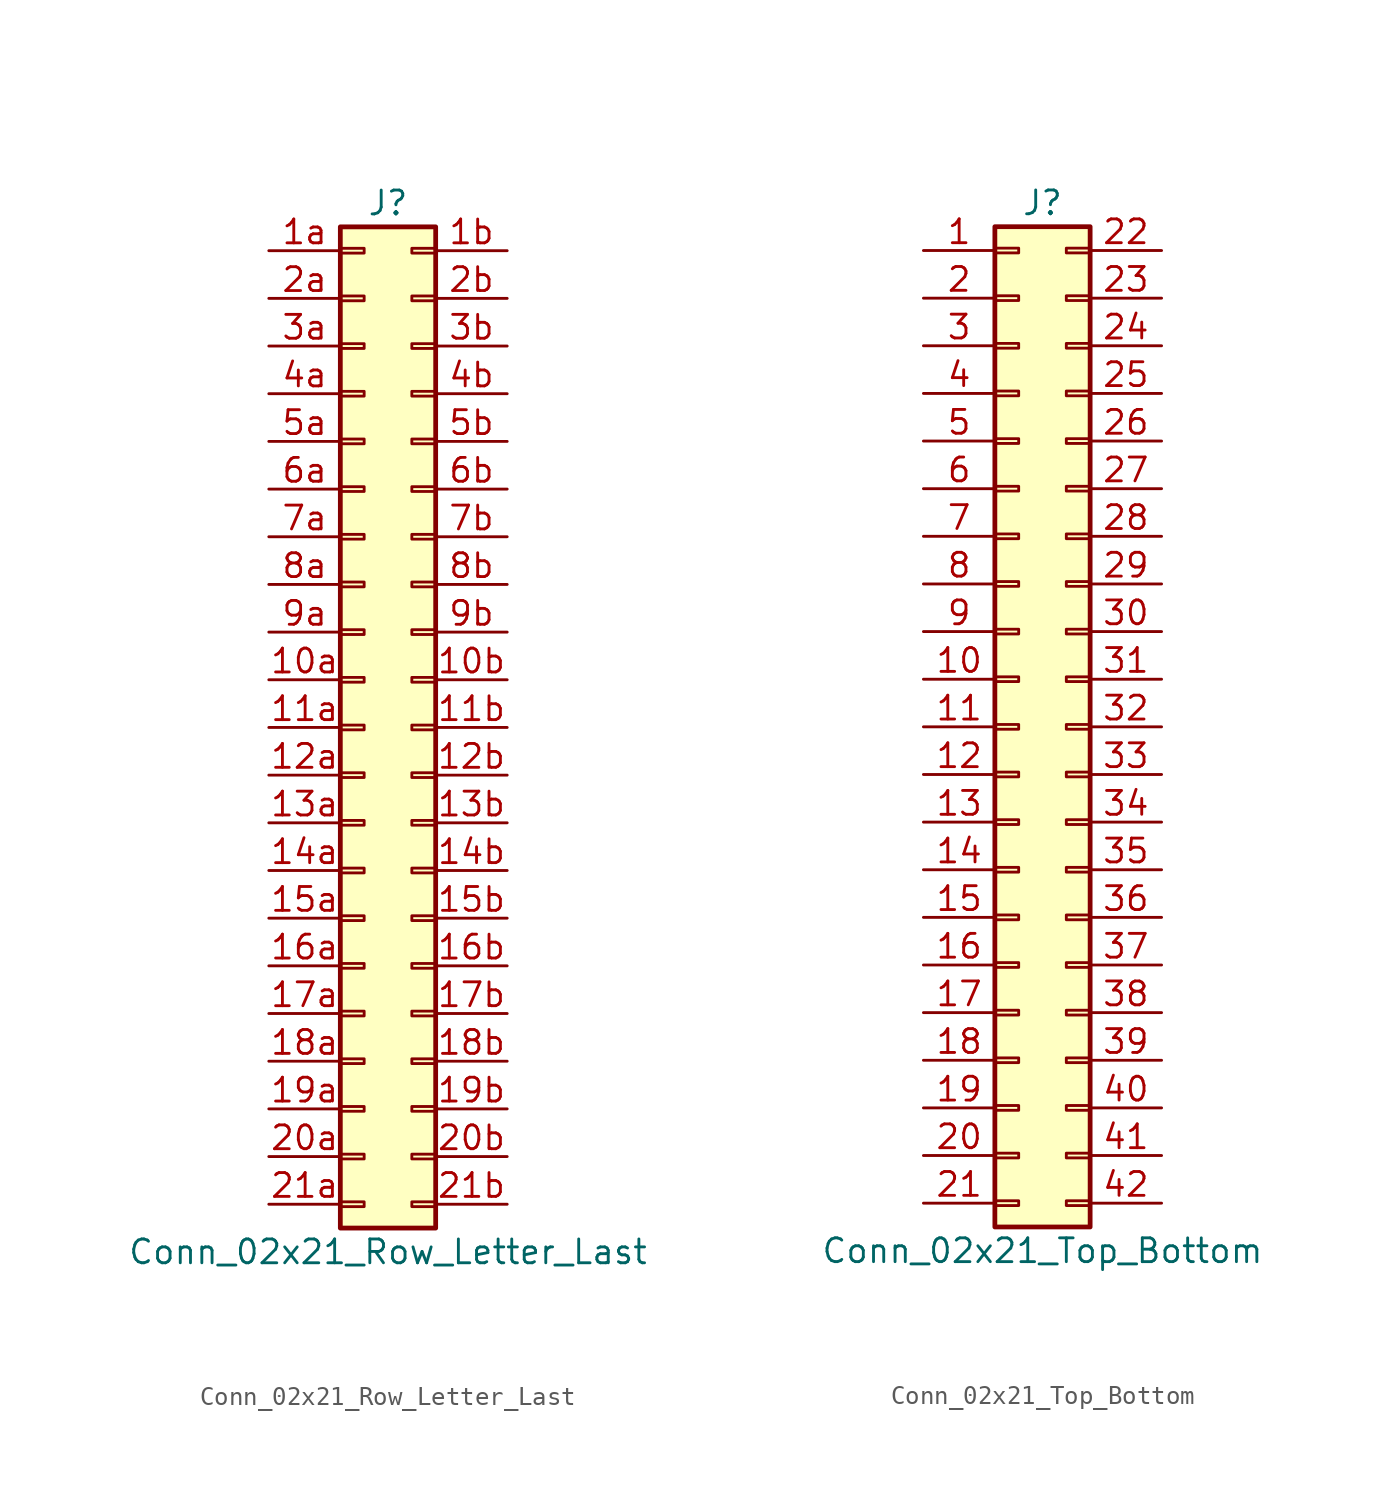
<source format=kicad_sym>
(kicad_symbol_lib
  (version 20201005)
  (generator kicad_symbol_editor)
  (symbol "Connector_Generic:Conn_02x21_Row_Letter_Last"
    (pin_names
      (offset 1.016) hide)
    (property "Reference" "J"
      (at 1.27 27.94 0)
      (effects (font (size 1.27 1.27))))
    (property "Value" "Conn_02x21_Row_Letter_Last"
      (at 1.27 -27.94 0)
      (effects (font (size 1.27 1.27))))
    (symbol "Conn_02x21_Row_Letter_Last_1_1"
      (rectangle (start -1.27 -4.953) (end 0 -5.207) (stroke (width 0.152)) (fill (type none)))
      (rectangle (start -1.27 -7.493) (end 0 -7.747) (stroke (width 0.152)) (fill (type none)))
      (rectangle (start -1.27 -10.033) (end 0 -10.287) (stroke (width 0.152)) (fill (type none)))
      (rectangle (start -1.27 -12.573) (end 0 -12.827) (stroke (width 0.152)) (fill (type none)))
      (rectangle (start -1.27 -15.113) (end 0 -15.367) (stroke (width 0.152)) (fill (type none)))
      (rectangle (start -1.27 -17.653) (end 0 -17.907) (stroke (width 0.152)) (fill (type none)))
      (rectangle (start -1.27 -20.193) (end 0 -20.447) (stroke (width 0.152)) (fill (type none)))
      (rectangle (start -1.27 -22.733) (end 0 -22.987) (stroke (width 0.152)) (fill (type none)))
      (rectangle (start -1.27 -2.413) (end 0 -2.667) (stroke (width 0.152)) (fill (type none)))
      (rectangle (start -1.27 -25.273) (end 0 -25.527) (stroke (width 0.152)) (fill (type none)))
      (rectangle (start -1.27 25.527) (end 0 25.273) (stroke (width 0.152)) (fill (type none)))
      (rectangle (start -1.27 2.667) (end 0 2.413) (stroke (width 0.152)) (fill (type none)))
      (rectangle (start -1.27 26.67) (end 3.81 -26.67) (stroke (width 0.254)) (fill (type background)))
      (rectangle (start -1.27 5.207) (end 0 4.953) (stroke (width 0.152)) (fill (type none)))
      (rectangle (start -1.27 7.747) (end 0 7.493) (stroke (width 0.152)) (fill (type none)))
      (rectangle (start -1.27 10.287) (end 0 10.033) (stroke (width 0.152)) (fill (type none)))
      (rectangle (start -1.27 0.127) (end 0 -0.127) (stroke (width 0.152)) (fill (type none)))
      (rectangle (start -1.27 12.827) (end 0 12.573) (stroke (width 0.152)) (fill (type none)))
      (rectangle (start -1.27 15.367) (end 0 15.113) (stroke (width 0.152)) (fill (type none)))
      (rectangle (start -1.27 17.907) (end 0 17.653) (stroke (width 0.152)) (fill (type none)))
      (rectangle (start -1.27 20.447) (end 0 20.193) (stroke (width 0.152)) (fill (type none)))
      (rectangle (start -1.27 22.987) (end 0 22.733) (stroke (width 0.152)) (fill (type none)))
      (rectangle (start 3.81 -4.953) (end 2.54 -5.207) (stroke (width 0.152)) (fill (type none)))
      (rectangle (start 3.81 -7.493) (end 2.54 -7.747) (stroke (width 0.152)) (fill (type none)))
      (rectangle (start 3.81 -10.033) (end 2.54 -10.287) (stroke (width 0.152)) (fill (type none)))
      (rectangle (start 3.81 -12.573) (end 2.54 -12.827) (stroke (width 0.152)) (fill (type none)))
      (rectangle (start 3.81 -15.113) (end 2.54 -15.367) (stroke (width 0.152)) (fill (type none)))
      (rectangle (start 3.81 -17.653) (end 2.54 -17.907) (stroke (width 0.152)) (fill (type none)))
      (rectangle (start 3.81 -20.193) (end 2.54 -20.447) (stroke (width 0.152)) (fill (type none)))
      (rectangle (start 3.81 -22.733) (end 2.54 -22.987) (stroke (width 0.152)) (fill (type none)))
      (rectangle (start 3.81 -2.413) (end 2.54 -2.667) (stroke (width 0.152)) (fill (type none)))
      (rectangle (start 3.81 -25.273) (end 2.54 -25.527) (stroke (width 0.152)) (fill (type none)))
      (rectangle (start 3.81 25.527) (end 2.54 25.273) (stroke (width 0.152)) (fill (type none)))
      (rectangle (start 3.81 2.667) (end 2.54 2.413) (stroke (width 0.152)) (fill (type none)))
      (rectangle (start 3.81 5.207) (end 2.54 4.953) (stroke (width 0.152)) (fill (type none)))
      (rectangle (start 3.81 7.747) (end 2.54 7.493) (stroke (width 0.152)) (fill (type none)))
      (rectangle (start 3.81 10.287) (end 2.54 10.033) (stroke (width 0.152)) (fill (type none)))
      (rectangle (start 3.81 0.127) (end 2.54 -0.127) (stroke (width 0.152)) (fill (type none)))
      (rectangle (start 3.81 12.827) (end 2.54 12.573) (stroke (width 0.152)) (fill (type none)))
      (rectangle (start 3.81 15.367) (end 2.54 15.113) (stroke (width 0.152)) (fill (type none)))
      (rectangle (start 3.81 17.907) (end 2.54 17.653) (stroke (width 0.152)) (fill (type none)))
      (rectangle (start 3.81 20.447) (end 2.54 20.193) (stroke (width 0.152)) (fill (type none)))
      (rectangle (start 3.81 22.987) (end 2.54 22.733) (stroke (width 0.152)) (fill (type none)))
      (pin passive line (at -5.08 2.54 0) (length 3.81) (name "Pin_10a" (effects (font (size 1.27 1.27)))) (number "10a" (effects (font (size 1.27 1.27)))))
      (pin passive line (at 7.62 2.54 180) (length 3.81) (name "Pin_10b" (effects (font (size 1.27 1.27)))) (number "10b" (effects (font (size 1.27 1.27)))))
      (pin passive line (at -5.08 0 0) (length 3.81) (name "Pin_11a" (effects (font (size 1.27 1.27)))) (number "11a" (effects (font (size 1.27 1.27)))))
      (pin passive line (at 7.62 0 180) (length 3.81) (name "Pin_11b" (effects (font (size 1.27 1.27)))) (number "11b" (effects (font (size 1.27 1.27)))))
      (pin passive line (at -5.08 -2.54 0) (length 3.81) (name "Pin_12a" (effects (font (size 1.27 1.27)))) (number "12a" (effects (font (size 1.27 1.27)))))
      (pin passive line (at 7.62 -2.54 180) (length 3.81) (name "Pin_12b" (effects (font (size 1.27 1.27)))) (number "12b" (effects (font (size 1.27 1.27)))))
      (pin passive line (at -5.08 -5.08 0) (length 3.81) (name "Pin_13a" (effects (font (size 1.27 1.27)))) (number "13a" (effects (font (size 1.27 1.27)))))
      (pin passive line (at 7.62 -5.08 180) (length 3.81) (name "Pin_13b" (effects (font (size 1.27 1.27)))) (number "13b" (effects (font (size 1.27 1.27)))))
      (pin passive line (at -5.08 -7.62 0) (length 3.81) (name "Pin_14a" (effects (font (size 1.27 1.27)))) (number "14a" (effects (font (size 1.27 1.27)))))
      (pin passive line (at 7.62 -7.62 180) (length 3.81) (name "Pin_14b" (effects (font (size 1.27 1.27)))) (number "14b" (effects (font (size 1.27 1.27)))))
      (pin passive line (at -5.08 -10.16 0) (length 3.81) (name "Pin_15a" (effects (font (size 1.27 1.27)))) (number "15a" (effects (font (size 1.27 1.27)))))
      (pin passive line (at 7.62 -10.16 180) (length 3.81) (name "Pin_15b" (effects (font (size 1.27 1.27)))) (number "15b" (effects (font (size 1.27 1.27)))))
      (pin passive line (at -5.08 -12.7 0) (length 3.81) (name "Pin_16a" (effects (font (size 1.27 1.27)))) (number "16a" (effects (font (size 1.27 1.27)))))
      (pin passive line (at 7.62 -12.7 180) (length 3.81) (name "Pin_16b" (effects (font (size 1.27 1.27)))) (number "16b" (effects (font (size 1.27 1.27)))))
      (pin passive line (at -5.08 -15.24 0) (length 3.81) (name "Pin_17a" (effects (font (size 1.27 1.27)))) (number "17a" (effects (font (size 1.27 1.27)))))
      (pin passive line (at 7.62 -15.24 180) (length 3.81) (name "Pin_17b" (effects (font (size 1.27 1.27)))) (number "17b" (effects (font (size 1.27 1.27)))))
      (pin passive line (at -5.08 -17.78 0) (length 3.81) (name "Pin_18a" (effects (font (size 1.27 1.27)))) (number "18a" (effects (font (size 1.27 1.27)))))
      (pin passive line (at 7.62 -17.78 180) (length 3.81) (name "Pin_18b" (effects (font (size 1.27 1.27)))) (number "18b" (effects (font (size 1.27 1.27)))))
      (pin passive line (at -5.08 -20.32 0) (length 3.81) (name "Pin_19a" (effects (font (size 1.27 1.27)))) (number "19a" (effects (font (size 1.27 1.27)))))
      (pin passive line (at 7.62 -20.32 180) (length 3.81) (name "Pin_19b" (effects (font (size 1.27 1.27)))) (number "19b" (effects (font (size 1.27 1.27)))))
      (pin passive line (at -5.08 25.4 0) (length 3.81) (name "Pin_1a" (effects (font (size 1.27 1.27)))) (number "1a" (effects (font (size 1.27 1.27)))))
      (pin passive line (at 7.62 25.4 180) (length 3.81) (name "Pin_1b" (effects (font (size 1.27 1.27)))) (number "1b" (effects (font (size 1.27 1.27)))))
      (pin passive line (at -5.08 -22.86 0) (length 3.81) (name "Pin_20a" (effects (font (size 1.27 1.27)))) (number "20a" (effects (font (size 1.27 1.27)))))
      (pin passive line (at 7.62 -22.86 180) (length 3.81) (name "Pin_20b" (effects (font (size 1.27 1.27)))) (number "20b" (effects (font (size 1.27 1.27)))))
      (pin passive line (at -5.08 -25.4 0) (length 3.81) (name "Pin_21a" (effects (font (size 1.27 1.27)))) (number "21a" (effects (font (size 1.27 1.27)))))
      (pin passive line (at 7.62 -25.4 180) (length 3.81) (name "Pin_21b" (effects (font (size 1.27 1.27)))) (number "21b" (effects (font (size 1.27 1.27)))))
      (pin passive line (at -5.08 22.86 0) (length 3.81) (name "Pin_2a" (effects (font (size 1.27 1.27)))) (number "2a" (effects (font (size 1.27 1.27)))))
      (pin passive line (at 7.62 22.86 180) (length 3.81) (name "Pin_2b" (effects (font (size 1.27 1.27)))) (number "2b" (effects (font (size 1.27 1.27)))))
      (pin passive line (at -5.08 20.32 0) (length 3.81) (name "Pin_3a" (effects (font (size 1.27 1.27)))) (number "3a" (effects (font (size 1.27 1.27)))))
      (pin passive line (at 7.62 20.32 180) (length 3.81) (name "Pin_3b" (effects (font (size 1.27 1.27)))) (number "3b" (effects (font (size 1.27 1.27)))))
      (pin passive line (at -5.08 17.78 0) (length 3.81) (name "Pin_4a" (effects (font (size 1.27 1.27)))) (number "4a" (effects (font (size 1.27 1.27)))))
      (pin passive line (at 7.62 17.78 180) (length 3.81) (name "Pin_4b" (effects (font (size 1.27 1.27)))) (number "4b" (effects (font (size 1.27 1.27)))))
      (pin passive line (at -5.08 15.24 0) (length 3.81) (name "Pin_5a" (effects (font (size 1.27 1.27)))) (number "5a" (effects (font (size 1.27 1.27)))))
      (pin passive line (at 7.62 15.24 180) (length 3.81) (name "Pin_5b" (effects (font (size 1.27 1.27)))) (number "5b" (effects (font (size 1.27 1.27)))))
      (pin passive line (at -5.08 12.7 0) (length 3.81) (name "Pin_6a" (effects (font (size 1.27 1.27)))) (number "6a" (effects (font (size 1.27 1.27)))))
      (pin passive line (at 7.62 12.7 180) (length 3.81) (name "Pin_6b" (effects (font (size 1.27 1.27)))) (number "6b" (effects (font (size 1.27 1.27)))))
      (pin passive line (at -5.08 10.16 0) (length 3.81) (name "Pin_7a" (effects (font (size 1.27 1.27)))) (number "7a" (effects (font (size 1.27 1.27)))))
      (pin passive line (at 7.62 10.16 180) (length 3.81) (name "Pin_7b" (effects (font (size 1.27 1.27)))) (number "7b" (effects (font (size 1.27 1.27)))))
      (pin passive line (at -5.08 7.62 0) (length 3.81) (name "Pin_8a" (effects (font (size 1.27 1.27)))) (number "8a" (effects (font (size 1.27 1.27)))))
      (pin passive line (at 7.62 7.62 180) (length 3.81) (name "Pin_8b" (effects (font (size 1.27 1.27)))) (number "8b" (effects (font (size 1.27 1.27)))))
      (pin passive line (at -5.08 5.08 0) (length 3.81) (name "Pin_9a" (effects (font (size 1.27 1.27)))) (number "9a" (effects (font (size 1.27 1.27)))))
      (pin passive line (at 7.62 5.08 180) (length 3.81) (name "Pin_9b" (effects (font (size 1.27 1.27)))) (number "9b" (effects (font (size 1.27 1.27)))))))
  (symbol "Connector_Generic:Conn_02x21_Top_Bottom"
    (pin_names
      (offset 1.016) hide)
    (property "Reference" "J"
      (at 1.27 27.94 0)
      (effects (font (size 1.27 1.27))))
    (property "Value" "Conn_02x21_Top_Bottom"
      (at 1.27 -27.94 0)
      (effects (font (size 1.27 1.27))))
    (symbol "Conn_02x21_Top_Bottom_1_1"
      (rectangle (start -1.27 -4.953) (end 0 -5.207) (stroke (width 0.152)) (fill (type none)))
      (rectangle (start -1.27 -7.493) (end 0 -7.747) (stroke (width 0.152)) (fill (type none)))
      (rectangle (start -1.27 -10.033) (end 0 -10.287) (stroke (width 0.152)) (fill (type none)))
      (rectangle (start -1.27 -12.573) (end 0 -12.827) (stroke (width 0.152)) (fill (type none)))
      (rectangle (start -1.27 -15.113) (end 0 -15.367) (stroke (width 0.152)) (fill (type none)))
      (rectangle (start -1.27 -17.653) (end 0 -17.907) (stroke (width 0.152)) (fill (type none)))
      (rectangle (start -1.27 -20.193) (end 0 -20.447) (stroke (width 0.152)) (fill (type none)))
      (rectangle (start -1.27 -22.733) (end 0 -22.987) (stroke (width 0.152)) (fill (type none)))
      (rectangle (start -1.27 -2.413) (end 0 -2.667) (stroke (width 0.152)) (fill (type none)))
      (rectangle (start -1.27 -25.273) (end 0 -25.527) (stroke (width 0.152)) (fill (type none)))
      (rectangle (start -1.27 25.527) (end 0 25.273) (stroke (width 0.152)) (fill (type none)))
      (rectangle (start -1.27 2.667) (end 0 2.413) (stroke (width 0.152)) (fill (type none)))
      (rectangle (start -1.27 26.67) (end 3.81 -26.67) (stroke (width 0.254)) (fill (type background)))
      (rectangle (start -1.27 5.207) (end 0 4.953) (stroke (width 0.152)) (fill (type none)))
      (rectangle (start -1.27 7.747) (end 0 7.493) (stroke (width 0.152)) (fill (type none)))
      (rectangle (start -1.27 10.287) (end 0 10.033) (stroke (width 0.152)) (fill (type none)))
      (rectangle (start -1.27 0.127) (end 0 -0.127) (stroke (width 0.152)) (fill (type none)))
      (rectangle (start -1.27 12.827) (end 0 12.573) (stroke (width 0.152)) (fill (type none)))
      (rectangle (start -1.27 15.367) (end 0 15.113) (stroke (width 0.152)) (fill (type none)))
      (rectangle (start -1.27 17.907) (end 0 17.653) (stroke (width 0.152)) (fill (type none)))
      (rectangle (start -1.27 20.447) (end 0 20.193) (stroke (width 0.152)) (fill (type none)))
      (rectangle (start -1.27 22.987) (end 0 22.733) (stroke (width 0.152)) (fill (type none)))
      (rectangle (start 3.81 -4.953) (end 2.54 -5.207) (stroke (width 0.152)) (fill (type none)))
      (rectangle (start 3.81 -7.493) (end 2.54 -7.747) (stroke (width 0.152)) (fill (type none)))
      (rectangle (start 3.81 -10.033) (end 2.54 -10.287) (stroke (width 0.152)) (fill (type none)))
      (rectangle (start 3.81 -12.573) (end 2.54 -12.827) (stroke (width 0.152)) (fill (type none)))
      (rectangle (start 3.81 -15.113) (end 2.54 -15.367) (stroke (width 0.152)) (fill (type none)))
      (rectangle (start 3.81 -17.653) (end 2.54 -17.907) (stroke (width 0.152)) (fill (type none)))
      (rectangle (start 3.81 -20.193) (end 2.54 -20.447) (stroke (width 0.152)) (fill (type none)))
      (rectangle (start 3.81 -22.733) (end 2.54 -22.987) (stroke (width 0.152)) (fill (type none)))
      (rectangle (start 3.81 -2.413) (end 2.54 -2.667) (stroke (width 0.152)) (fill (type none)))
      (rectangle (start 3.81 -25.273) (end 2.54 -25.527) (stroke (width 0.152)) (fill (type none)))
      (rectangle (start 3.81 25.527) (end 2.54 25.273) (stroke (width 0.152)) (fill (type none)))
      (rectangle (start 3.81 2.667) (end 2.54 2.413) (stroke (width 0.152)) (fill (type none)))
      (rectangle (start 3.81 5.207) (end 2.54 4.953) (stroke (width 0.152)) (fill (type none)))
      (rectangle (start 3.81 7.747) (end 2.54 7.493) (stroke (width 0.152)) (fill (type none)))
      (rectangle (start 3.81 10.287) (end 2.54 10.033) (stroke (width 0.152)) (fill (type none)))
      (rectangle (start 3.81 0.127) (end 2.54 -0.127) (stroke (width 0.152)) (fill (type none)))
      (rectangle (start 3.81 12.827) (end 2.54 12.573) (stroke (width 0.152)) (fill (type none)))
      (rectangle (start 3.81 15.367) (end 2.54 15.113) (stroke (width 0.152)) (fill (type none)))
      (rectangle (start 3.81 17.907) (end 2.54 17.653) (stroke (width 0.152)) (fill (type none)))
      (rectangle (start 3.81 20.447) (end 2.54 20.193) (stroke (width 0.152)) (fill (type none)))
      (rectangle (start 3.81 22.987) (end 2.54 22.733) (stroke (width 0.152)) (fill (type none)))
      (pin passive line (at -5.08 25.4 0) (length 3.81) (name "Pin_1" (effects (font (size 1.27 1.27)))) (number "1" (effects (font (size 1.27 1.27)))))
      (pin passive line (at -5.08 2.54 0) (length 3.81) (name "Pin_10" (effects (font (size 1.27 1.27)))) (number "10" (effects (font (size 1.27 1.27)))))
      (pin passive line (at -5.08 0 0) (length 3.81) (name "Pin_11" (effects (font (size 1.27 1.27)))) (number "11" (effects (font (size 1.27 1.27)))))
      (pin passive line (at -5.08 -2.54 0) (length 3.81) (name "Pin_12" (effects (font (size 1.27 1.27)))) (number "12" (effects (font (size 1.27 1.27)))))
      (pin passive line (at -5.08 -5.08 0) (length 3.81) (name "Pin_13" (effects (font (size 1.27 1.27)))) (number "13" (effects (font (size 1.27 1.27)))))
      (pin passive line (at -5.08 -7.62 0) (length 3.81) (name "Pin_14" (effects (font (size 1.27 1.27)))) (number "14" (effects (font (size 1.27 1.27)))))
      (pin passive line (at -5.08 -10.16 0) (length 3.81) (name "Pin_15" (effects (font (size 1.27 1.27)))) (number "15" (effects (font (size 1.27 1.27)))))
      (pin passive line (at -5.08 -12.7 0) (length 3.81) (name "Pin_16" (effects (font (size 1.27 1.27)))) (number "16" (effects (font (size 1.27 1.27)))))
      (pin passive line (at -5.08 -15.24 0) (length 3.81) (name "Pin_17" (effects (font (size 1.27 1.27)))) (number "17" (effects (font (size 1.27 1.27)))))
      (pin passive line (at -5.08 -17.78 0) (length 3.81) (name "Pin_18" (effects (font (size 1.27 1.27)))) (number "18" (effects (font (size 1.27 1.27)))))
      (pin passive line (at -5.08 -20.32 0) (length 3.81) (name "Pin_19" (effects (font (size 1.27 1.27)))) (number "19" (effects (font (size 1.27 1.27)))))
      (pin passive line (at -5.08 22.86 0) (length 3.81) (name "Pin_2" (effects (font (size 1.27 1.27)))) (number "2" (effects (font (size 1.27 1.27)))))
      (pin passive line (at -5.08 -22.86 0) (length 3.81) (name "Pin_20" (effects (font (size 1.27 1.27)))) (number "20" (effects (font (size 1.27 1.27)))))
      (pin passive line (at -5.08 -25.4 0) (length 3.81) (name "Pin_21" (effects (font (size 1.27 1.27)))) (number "21" (effects (font (size 1.27 1.27)))))
      (pin passive line (at 7.62 25.4 180) (length 3.81) (name "Pin_22" (effects (font (size 1.27 1.27)))) (number "22" (effects (font (size 1.27 1.27)))))
      (pin passive line (at 7.62 22.86 180) (length 3.81) (name "Pin_23" (effects (font (size 1.27 1.27)))) (number "23" (effects (font (size 1.27 1.27)))))
      (pin passive line (at 7.62 20.32 180) (length 3.81) (name "Pin_24" (effects (font (size 1.27 1.27)))) (number "24" (effects (font (size 1.27 1.27)))))
      (pin passive line (at 7.62 17.78 180) (length 3.81) (name "Pin_25" (effects (font (size 1.27 1.27)))) (number "25" (effects (font (size 1.27 1.27)))))
      (pin passive line (at 7.62 15.24 180) (length 3.81) (name "Pin_26" (effects (font (size 1.27 1.27)))) (number "26" (effects (font (size 1.27 1.27)))))
      (pin passive line (at 7.62 12.7 180) (length 3.81) (name "Pin_27" (effects (font (size 1.27 1.27)))) (number "27" (effects (font (size 1.27 1.27)))))
      (pin passive line (at 7.62 10.16 180) (length 3.81) (name "Pin_28" (effects (font (size 1.27 1.27)))) (number "28" (effects (font (size 1.27 1.27)))))
      (pin passive line (at 7.62 7.62 180) (length 3.81) (name "Pin_29" (effects (font (size 1.27 1.27)))) (number "29" (effects (font (size 1.27 1.27)))))
      (pin passive line (at -5.08 20.32 0) (length 3.81) (name "Pin_3" (effects (font (size 1.27 1.27)))) (number "3" (effects (font (size 1.27 1.27)))))
      (pin passive line (at 7.62 5.08 180) (length 3.81) (name "Pin_30" (effects (font (size 1.27 1.27)))) (number "30" (effects (font (size 1.27 1.27)))))
      (pin passive line (at 7.62 2.54 180) (length 3.81) (name "Pin_31" (effects (font (size 1.27 1.27)))) (number "31" (effects (font (size 1.27 1.27)))))
      (pin passive line (at 7.62 0 180) (length 3.81) (name "Pin_32" (effects (font (size 1.27 1.27)))) (number "32" (effects (font (size 1.27 1.27)))))
      (pin passive line (at 7.62 -2.54 180) (length 3.81) (name "Pin_33" (effects (font (size 1.27 1.27)))) (number "33" (effects (font (size 1.27 1.27)))))
      (pin passive line (at 7.62 -5.08 180) (length 3.81) (name "Pin_34" (effects (font (size 1.27 1.27)))) (number "34" (effects (font (size 1.27 1.27)))))
      (pin passive line (at 7.62 -7.62 180) (length 3.81) (name "Pin_35" (effects (font (size 1.27 1.27)))) (number "35" (effects (font (size 1.27 1.27)))))
      (pin passive line (at 7.62 -10.16 180) (length 3.81) (name "Pin_36" (effects (font (size 1.27 1.27)))) (number "36" (effects (font (size 1.27 1.27)))))
      (pin passive line (at 7.62 -12.7 180) (length 3.81) (name "Pin_37" (effects (font (size 1.27 1.27)))) (number "37" (effects (font (size 1.27 1.27)))))
      (pin passive line (at 7.62 -15.24 180) (length 3.81) (name "Pin_38" (effects (font (size 1.27 1.27)))) (number "38" (effects (font (size 1.27 1.27)))))
      (pin passive line (at 7.62 -17.78 180) (length 3.81) (name "Pin_39" (effects (font (size 1.27 1.27)))) (number "39" (effects (font (size 1.27 1.27)))))
      (pin passive line (at -5.08 17.78 0) (length 3.81) (name "Pin_4" (effects (font (size 1.27 1.27)))) (number "4" (effects (font (size 1.27 1.27)))))
      (pin passive line (at 7.62 -20.32 180) (length 3.81) (name "Pin_40" (effects (font (size 1.27 1.27)))) (number "40" (effects (font (size 1.27 1.27)))))
      (pin passive line (at 7.62 -22.86 180) (length 3.81) (name "Pin_41" (effects (font (size 1.27 1.27)))) (number "41" (effects (font (size 1.27 1.27)))))
      (pin passive line (at 7.62 -25.4 180) (length 3.81) (name "Pin_42" (effects (font (size 1.27 1.27)))) (number "42" (effects (font (size 1.27 1.27)))))
      (pin passive line (at -5.08 15.24 0) (length 3.81) (name "Pin_5" (effects (font (size 1.27 1.27)))) (number "5" (effects (font (size 1.27 1.27)))))
      (pin passive line (at -5.08 12.7 0) (length 3.81) (name "Pin_6" (effects (font (size 1.27 1.27)))) (number "6" (effects (font (size 1.27 1.27)))))
      (pin passive line (at -5.08 10.16 0) (length 3.81) (name "Pin_7" (effects (font (size 1.27 1.27)))) (number "7" (effects (font (size 1.27 1.27)))))
      (pin passive line (at -5.08 7.62 0) (length 3.81) (name "Pin_8" (effects (font (size 1.27 1.27)))) (number "8" (effects (font (size 1.27 1.27)))))
      (pin passive line (at -5.08 5.08 0) (length 3.81) (name "Pin_9" (effects (font (size 1.27 1.27)))) (number "9" (effects (font (size 1.27 1.27))))))))
</source>
